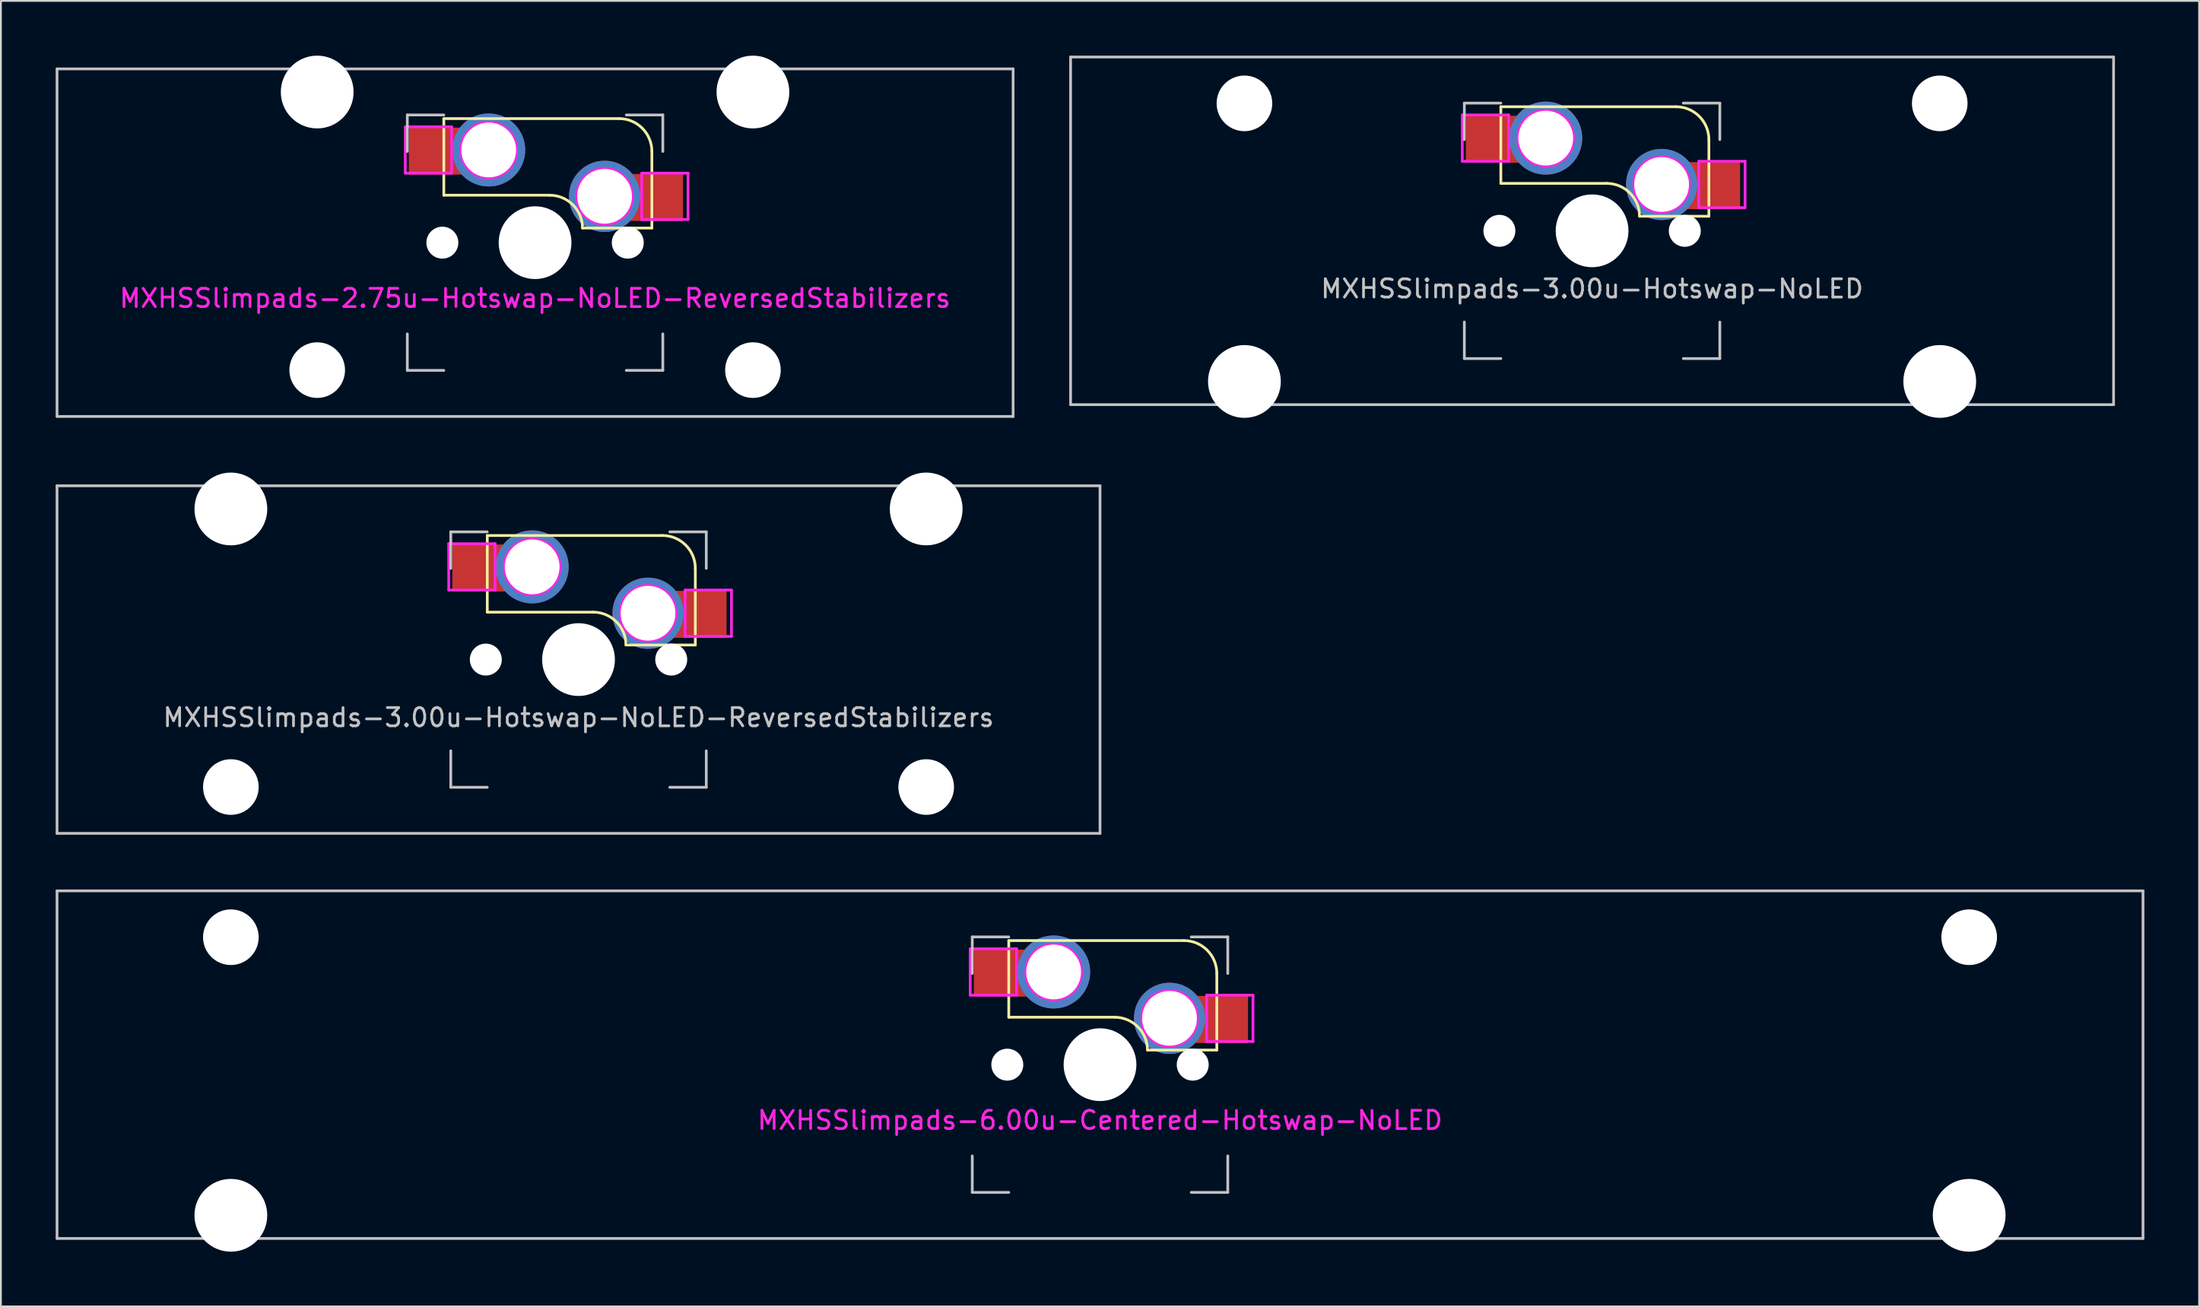
<source format=kicad_pcb>
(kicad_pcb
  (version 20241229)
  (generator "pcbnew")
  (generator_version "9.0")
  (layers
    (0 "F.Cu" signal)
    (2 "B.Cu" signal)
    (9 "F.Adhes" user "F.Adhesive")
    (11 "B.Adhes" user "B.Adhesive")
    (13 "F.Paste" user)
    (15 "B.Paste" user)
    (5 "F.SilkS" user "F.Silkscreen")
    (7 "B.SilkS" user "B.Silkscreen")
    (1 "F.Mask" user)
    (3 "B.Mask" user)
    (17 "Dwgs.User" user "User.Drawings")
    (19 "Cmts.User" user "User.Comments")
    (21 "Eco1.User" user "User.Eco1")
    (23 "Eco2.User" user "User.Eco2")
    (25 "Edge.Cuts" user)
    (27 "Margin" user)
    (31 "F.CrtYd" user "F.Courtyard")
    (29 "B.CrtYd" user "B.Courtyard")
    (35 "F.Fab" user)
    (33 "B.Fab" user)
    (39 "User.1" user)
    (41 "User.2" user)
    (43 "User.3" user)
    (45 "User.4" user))
  (footprint "MXHSSlimpads-2.75u-Hotswap-NoLED-ReversedStabilizers"
    (layer "F.Cu")
    (at 26.269 10.249)
    (property "Reference" "MXHSSlimpads-2.75u-Hotswap-NoLED-ReversedStabilizers" (at 0 3.048 180) (layer "F.CrtYd") (effects (font (size 1 1) (thickness 0.15))))
    (attr smd)
    (fp_line (start -5 -6.8) (end 4.6 -6.8) (stroke (width 0.15) (type solid)) (layer "F.SilkS"))
    (fp_line (start -5 -2.6) (end -5 -6.8) (stroke (width 0.15) (type solid)) (layer "F.SilkS"))
    (fp_line (start 0.8 -2.6) (end -5 -2.6) (stroke (width 0.15) (type solid)) (layer "F.SilkS"))
    (fp_line (start 6.4 -5) (end 6.4 -0.8) (stroke (width 0.15) (type solid)) (layer "F.SilkS"))
    (fp_line (start 6.4 -0.8) (end 2.6 -0.8) (stroke (width 0.15) (type solid)) (layer "F.SilkS"))
    (fp_arc (start 0.8 -2.6) (mid 2.072792 -2.072792) (end 2.6 -0.8) (stroke (width 0.15) (type solid)) (layer "F.SilkS"))
    (fp_arc (start 4.6 -6.8) (mid 5.872792 -6.272792) (end 6.4 -5) (stroke (width 0.15) (type solid)) (layer "F.SilkS"))
    (fp_rect (start -6.854 -6.291) (end -5.156 -3.742) (stroke (width 0.12) (type solid)) (fill yes) (layer "F.Paste"))
    (fp_rect (start 6.553 -3.726) (end 8.048 -1.176) (stroke (width 0.12) (type solid)) (fill yes) (layer "F.Paste"))
    (fp_line (start -26.194 -9.525) (end 26.194 -9.525) (stroke (width 0.15) (type solid)) (layer "Dwgs.User"))
    (fp_line (start -26.194 9.525) (end -26.194 -9.525) (stroke (width 0.15) (type solid)) (layer "Dwgs.User"))
    (fp_line (start -7 -7) (end -7 -5) (stroke (width 0.15) (type solid)) (layer "Dwgs.User"))
    (fp_line (start -7 7) (end -7 5) (stroke (width 0.15) (type solid)) (layer "Dwgs.User"))
    (fp_line (start -5 -7) (end -7 -7) (stroke (width 0.15) (type solid)) (layer "Dwgs.User"))
    (fp_line (start -5 7) (end -7 7) (stroke (width 0.15) (type solid)) (layer "Dwgs.User"))
    (fp_line (start 5 -7) (end 7 -7) (stroke (width 0.15) (type solid)) (layer "Dwgs.User"))
    (fp_line (start 7 -7) (end 7 -5) (stroke (width 0.15) (type solid)) (layer "Dwgs.User"))
    (fp_line (start 7 5) (end 7 7) (stroke (width 0.15) (type solid)) (layer "Dwgs.User"))
    (fp_line (start 7 7) (end 5 7) (stroke (width 0.15) (type solid)) (layer "Dwgs.User"))
    (fp_line (start 26.194 -9.525) (end 26.194 9.525) (stroke (width 0.15) (type solid)) (layer "Dwgs.User"))
    (fp_line (start 26.194 9.525) (end -26.194 9.525) (stroke (width 0.15) (type solid)) (layer "Dwgs.User"))
    (fp_line (start -7.112 -6.35) (end -7.112 -3.81) (stroke (width 0.15) (type solid)) (layer "F.CrtYd"))
    (fp_line (start -7.112 -3.81) (end -4.572 -3.81) (stroke (width 0.15) (type solid)) (layer "F.CrtYd"))
    (fp_line (start -4.572 -6.35) (end -7.112 -6.35) (stroke (width 0.15) (type solid)) (layer "F.CrtYd"))
    (fp_line (start -4.572 -3.81) (end -4.572 -6.35) (stroke (width 0.15) (type solid)) (layer "F.CrtYd"))
    (fp_line (start 5.842 -3.81) (end 5.842 -1.27) (stroke (width 0.15) (type solid)) (layer "F.CrtYd"))
    (fp_line (start 5.842 -1.27) (end 8.382 -1.27) (stroke (width 0.15) (type solid)) (layer "F.CrtYd"))
    (fp_line (start 8.382 -3.81) (end 5.842 -3.81) (stroke (width 0.15) (type solid)) (layer "F.CrtYd"))
    (fp_line (start 8.382 -1.27) (end 8.382 -3.81) (stroke (width 0.15) (type solid)) (layer "F.CrtYd"))
    (fp_circle (center -2.54 -5.08) (end -2.54 -6.604) (stroke (width 0.15) (type solid)) (fill no) (layer "F.CrtYd"))
    (fp_circle (center 3.81 -2.54) (end 3.81 -4.064) (stroke (width 0.15) (type solid)) (fill no) (layer "F.CrtYd"))
    (pad "" np_thru_hole circle (at -11.938 -8.255) (size 3.988 3.988) (drill 3.988) (layers "*.Cu" "*.Mask"))
    (pad "" np_thru_hole circle (at -11.938 6.985) (size 3.048 3.048) (drill 3.048) (layers "*.Cu" "*.Mask"))
    (pad "" np_thru_hole circle (at -5.08 0 131.9) (size 1.75 1.75) (drill 1.75) (layers "*.Cu" "*.Mask"))
    (pad "" np_thru_hole circle (at 0 0 180) (size 3.988 3.988) (drill 3.988) (layers "*.Cu" "*.Mask"))
    (pad "" np_thru_hole circle (at 5.08 0 131.9) (size 1.75 1.75) (drill 1.75) (layers "*.Cu" "*.Mask"))
    (pad "" np_thru_hole circle (at 11.938 -8.255) (size 3.988 3.988) (drill 3.988) (layers "*.Cu" "*.Mask"))
    (pad "" np_thru_hole circle (at 11.938 6.985) (size 3.048 3.048) (drill 3.048) (layers "*.Cu" "*.Mask"))
    (pad "1" thru_hole circle (at 3.81 -2.54 180) (size 3.9 3.9) (drill 3) (layers "*.Cu"))
    (pad "1" smd rect (at 3.81 -2.54 180) (size 4.5 2.575) (drill (offset -2.05 -0.062)) (layers "F.Cu" "F.Mask"))
    (pad "2" thru_hole circle (at -2.54 -5.08 180) (size 4 4) (drill 3) (layers "*.Cu"))
    (pad "2" smd rect (at -2.54 -5.08 180) (size 4.5 2.575) (drill (offset 2.125 -0.062)) (layers "F.Cu" "F.Mask")))
  (footprint "MXHSSlimpads-6.00u-Centered-Hotswap-NoLED"
    (layer "F.Cu")
    (at 57.225 55.298)
    (property "Reference" "MXHSSlimpads-6.00u-Centered-Hotswap-NoLED" (at 0 3.048 180) (layer "F.CrtYd") (effects (font (size 1 1) (thickness 0.15))))
    (attr smd)
    (fp_line (start -5 -6.8) (end 4.6 -6.8) (stroke (width 0.15) (type solid)) (layer "F.SilkS"))
    (fp_line (start -5 -2.6) (end -5 -6.8) (stroke (width 0.15) (type solid)) (layer "F.SilkS"))
    (fp_line (start 0.8 -2.6) (end -5 -2.6) (stroke (width 0.15) (type solid)) (layer "F.SilkS"))
    (fp_line (start 6.4 -5) (end 6.4 -0.8) (stroke (width 0.15) (type solid)) (layer "F.SilkS"))
    (fp_line (start 6.4 -0.8) (end 2.6 -0.8) (stroke (width 0.15) (type solid)) (layer "F.SilkS"))
    (fp_arc (start 0.8 -2.6) (mid 2.072792 -2.072792) (end 2.6 -0.8) (stroke (width 0.15) (type solid)) (layer "F.SilkS"))
    (fp_arc (start 4.6 -6.8) (mid 5.872792 -6.272792) (end 6.4 -5) (stroke (width 0.15) (type solid)) (layer "F.SilkS"))
    (fp_rect (start -6.854 -6.291) (end -5.156 -3.742) (stroke (width 0.12) (type solid)) (fill yes) (layer "F.Paste"))
    (fp_rect (start 6.553 -3.726) (end 8.048 -1.176) (stroke (width 0.12) (type solid)) (fill yes) (layer "F.Paste"))
    (fp_line (start -57.15 -9.525) (end 57.15 -9.525) (stroke (width 0.15) (type solid)) (layer "Dwgs.User"))
    (fp_line (start -57.15 9.525) (end -57.15 -9.525) (stroke (width 0.15) (type solid)) (layer "Dwgs.User"))
    (fp_line (start -7 -7) (end -7 -5) (stroke (width 0.15) (type solid)) (layer "Dwgs.User"))
    (fp_line (start -7 7) (end -7 5) (stroke (width 0.15) (type solid)) (layer "Dwgs.User"))
    (fp_line (start -5 -7) (end -7 -7) (stroke (width 0.15) (type solid)) (layer "Dwgs.User"))
    (fp_line (start -5 7) (end -7 7) (stroke (width 0.15) (type solid)) (layer "Dwgs.User"))
    (fp_line (start 5 -7) (end 7 -7) (stroke (width 0.15) (type solid)) (layer "Dwgs.User"))
    (fp_line (start 7 -7) (end 7 -5) (stroke (width 0.15) (type solid)) (layer "Dwgs.User"))
    (fp_line (start 7 5) (end 7 7) (stroke (width 0.15) (type solid)) (layer "Dwgs.User"))
    (fp_line (start 7 7) (end 5 7) (stroke (width 0.15) (type solid)) (layer "Dwgs.User"))
    (fp_line (start 57.15 -9.525) (end 57.15 9.525) (stroke (width 0.15) (type solid)) (layer "Dwgs.User"))
    (fp_line (start 57.15 9.525) (end -57.15 9.525) (stroke (width 0.15) (type solid)) (layer "Dwgs.User"))
    (fp_line (start -7.112 -6.35) (end -7.112 -3.81) (stroke (width 0.15) (type solid)) (layer "F.CrtYd"))
    (fp_line (start -7.112 -3.81) (end -4.572 -3.81) (stroke (width 0.15) (type solid)) (layer "F.CrtYd"))
    (fp_line (start -4.572 -6.35) (end -7.112 -6.35) (stroke (width 0.15) (type solid)) (layer "F.CrtYd"))
    (fp_line (start -4.572 -3.81) (end -4.572 -6.35) (stroke (width 0.15) (type solid)) (layer "F.CrtYd"))
    (fp_line (start 5.842 -3.81) (end 5.842 -1.27) (stroke (width 0.15) (type solid)) (layer "F.CrtYd"))
    (fp_line (start 5.842 -1.27) (end 8.382 -1.27) (stroke (width 0.15) (type solid)) (layer "F.CrtYd"))
    (fp_line (start 8.382 -3.81) (end 5.842 -3.81) (stroke (width 0.15) (type solid)) (layer "F.CrtYd"))
    (fp_line (start 8.382 -1.27) (end 8.382 -3.81) (stroke (width 0.15) (type solid)) (layer "F.CrtYd"))
    (fp_circle (center -2.54 -5.08) (end -2.54 -6.604) (stroke (width 0.15) (type solid)) (fill no) (layer "F.CrtYd"))
    (fp_circle (center 3.81 -2.54) (end 3.81 -4.064) (stroke (width 0.15) (type solid)) (fill no) (layer "F.CrtYd"))
    (pad "" np_thru_hole circle (at -47.625 -6.985) (size 3.048 3.048) (drill 3.048) (layers "*.Cu" "*.Mask"))
    (pad "" np_thru_hole circle (at -47.625 8.255) (size 3.988 3.988) (drill 3.988) (layers "*.Cu" "*.Mask"))
    (pad "" np_thru_hole circle (at -5.08 0 131.9) (size 1.75 1.75) (drill 1.75) (layers "*.Cu" "*.Mask"))
    (pad "" np_thru_hole circle (at 0 0 180) (size 3.988 3.988) (drill 3.988) (layers "*.Cu" "*.Mask"))
    (pad "" np_thru_hole circle (at 5.08 0 131.9) (size 1.75 1.75) (drill 1.75) (layers "*.Cu" "*.Mask"))
    (pad "" np_thru_hole circle (at 47.625 -6.985) (size 3.048 3.048) (drill 3.048) (layers "*.Cu" "*.Mask"))
    (pad "" np_thru_hole circle (at 47.625 8.255) (size 3.988 3.988) (drill 3.988) (layers "*.Cu" "*.Mask"))
    (pad "1" thru_hole circle (at 3.81 -2.54 180) (size 3.9 3.9) (drill 3) (layers "*.Cu"))
    (pad "1" smd rect (at 3.81 -2.54 180) (size 4.5 2.575) (drill (offset -2.05 -0.062)) (layers "F.Cu" "F.Mask"))
    (pad "2" thru_hole circle (at -2.54 -5.08 180) (size 4 4) (drill 3) (layers "*.Cu"))
    (pad "2" smd rect (at -2.54 -5.08 180) (size 4.5 2.575) (drill (offset 2.125 -0.062)) (layers "F.Cu" "F.Mask")))
  (footprint "MXHSSlimpads-3.00u-Hotswap-NoLED-ReversedStabilizers"
    (layer "F.Cu")
    (at 28.65 33.098)
    (property "Reference" "MXHSSlimpads-3.00u-Hotswap-NoLED-ReversedStabilizers" (at 0 3.175 180) (layer "Dwgs.User") (effects (font (size 1 1) (thickness 0.15))))
    (attr through_hole)
    (fp_line (start -5 -6.8) (end 4.6 -6.8) (stroke (width 0.15) (type solid)) (layer "F.SilkS"))
    (fp_line (start -5 -2.6) (end -5 -6.8) (stroke (width 0.15) (type solid)) (layer "F.SilkS"))
    (fp_line (start 0.8 -2.6) (end -5 -2.6) (stroke (width 0.15) (type solid)) (layer "F.SilkS"))
    (fp_line (start 6.4 -5) (end 6.4 -0.8) (stroke (width 0.15) (type solid)) (layer "F.SilkS"))
    (fp_line (start 6.4 -0.8) (end 2.6 -0.8) (stroke (width 0.15) (type solid)) (layer "F.SilkS"))
    (fp_arc (start 0.8 -2.6) (mid 2.072792 -2.072792) (end 2.6 -0.8) (stroke (width 0.15) (type solid)) (layer "F.SilkS"))
    (fp_arc (start 4.6 -6.8) (mid 5.872792 -6.272792) (end 6.4 -5) (stroke (width 0.15) (type solid)) (layer "F.SilkS"))
    (fp_rect (start -6.854 -6.291) (end -5.156 -3.742) (stroke (width 0.12) (type solid)) (fill yes) (layer "F.Paste"))
    (fp_rect (start 6.553 -3.726) (end 8.048 -1.176) (stroke (width 0.12) (type solid)) (fill yes) (layer "F.Paste"))
    (fp_line (start -28.575 -9.525) (end 28.575 -9.525) (stroke (width 0.15) (type solid)) (layer "Dwgs.User"))
    (fp_line (start -28.575 9.525) (end -28.575 -9.525) (stroke (width 0.15) (type solid)) (layer "Dwgs.User"))
    (fp_line (start -28.575 9.525) (end 28.575 9.525) (stroke (width 0.15) (type solid)) (layer "Dwgs.User"))
    (fp_line (start -7 -7) (end -7 -5) (stroke (width 0.15) (type solid)) (layer "Dwgs.User"))
    (fp_line (start -7 7) (end -7 5) (stroke (width 0.15) (type solid)) (layer "Dwgs.User"))
    (fp_line (start -5 -7) (end -7 -7) (stroke (width 0.15) (type solid)) (layer "Dwgs.User"))
    (fp_line (start -5 7) (end -7 7) (stroke (width 0.15) (type solid)) (layer "Dwgs.User"))
    (fp_line (start 5 -7) (end 7 -7) (stroke (width 0.15) (type solid)) (layer "Dwgs.User"))
    (fp_line (start 7 -7) (end 7 -5) (stroke (width 0.15) (type solid)) (layer "Dwgs.User"))
    (fp_line (start 7 5) (end 7 7) (stroke (width 0.15) (type solid)) (layer "Dwgs.User"))
    (fp_line (start 7 7) (end 5 7) (stroke (width 0.15) (type solid)) (layer "Dwgs.User"))
    (fp_line (start 28.575 -9.525) (end 28.575 9.525) (stroke (width 0.15) (type solid)) (layer "Dwgs.User"))
    (fp_line (start -7.112 -6.35) (end -7.112 -3.81) (stroke (width 0.15) (type solid)) (layer "F.CrtYd"))
    (fp_line (start -7.112 -3.81) (end -4.572 -3.81) (stroke (width 0.15) (type solid)) (layer "F.CrtYd"))
    (fp_line (start -4.572 -6.35) (end -7.112 -6.35) (stroke (width 0.15) (type solid)) (layer "F.CrtYd"))
    (fp_line (start -4.572 -3.81) (end -4.572 -6.35) (stroke (width 0.15) (type solid)) (layer "F.CrtYd"))
    (fp_line (start 5.842 -3.81) (end 5.842 -1.27) (stroke (width 0.15) (type solid)) (layer "F.CrtYd"))
    (fp_line (start 5.842 -1.27) (end 8.382 -1.27) (stroke (width 0.15) (type solid)) (layer "F.CrtYd"))
    (fp_line (start 8.382 -3.81) (end 5.842 -3.81) (stroke (width 0.15) (type solid)) (layer "F.CrtYd"))
    (fp_line (start 8.382 -1.27) (end 8.382 -3.81) (stroke (width 0.15) (type solid)) (layer "F.CrtYd"))
    (fp_circle (center -2.54 -5.08) (end -2.54 -6.604) (stroke (width 0.15) (type solid)) (fill no) (layer "F.CrtYd"))
    (fp_circle (center 3.81 -2.54) (end 3.81 -4.064) (stroke (width 0.15) (type solid)) (fill no) (layer "F.CrtYd"))
    (pad "" np_thru_hole circle (at -19.05 -8.255) (size 3.988 3.988) (drill 3.988) (layers "*.Cu" "*.Mask"))
    (pad "" np_thru_hole circle (at -19.05 6.985) (size 3.048 3.048) (drill 3.048) (layers "*.Cu" "*.Mask"))
    (pad "" np_thru_hole circle (at -5.08 0 131.9) (size 1.75 1.75) (drill 1.75) (layers "*.Cu" "*.Mask"))
    (pad "" np_thru_hole circle (at 0 0 180) (size 3.988 3.988) (drill 3.988) (layers "*.Cu" "*.Mask"))
    (pad "" np_thru_hole circle (at 5.08 0 131.9) (size 1.75 1.75) (drill 1.75) (layers "*.Cu" "*.Mask"))
    (pad "" np_thru_hole circle (at 19.05 -8.255) (size 3.988 3.988) (drill 3.988) (layers "*.Cu" "*.Mask"))
    (pad "" np_thru_hole circle (at 19.05 6.985) (size 3.048 3.048) (drill 3.048) (layers "*.Cu" "*.Mask"))
    (pad "1" thru_hole circle (at 3.81 -2.54 180) (size 3.9 3.9) (drill 3) (layers "*.Cu"))
    (pad "1" smd rect (at 3.81 -2.54 180) (size 4.5 2.575) (drill (offset -2.05 -0.062)) (layers "F.Cu" "F.Mask"))
    (pad "2" thru_hole circle (at -2.54 -5.08 180) (size 4 4) (drill 3) (layers "*.Cu"))
    (pad "2" smd rect (at -2.54 -5.08 180) (size 4.5 2.575) (drill (offset 2.125 -0.062)) (layers "F.Cu" "F.Mask")))
  (footprint "MXHSSlimpads-3.00u-Hotswap-NoLED"
    (layer "F.Cu")
    (at 84.188 9.6)
    (property "Reference" "MXHSSlimpads-3.00u-Hotswap-NoLED" (at 0 3.175 180) (layer "Dwgs.User") (effects (font (size 1 1) (thickness 0.15))))
    (attr through_hole)
    (fp_line (start -5 -6.8) (end 4.6 -6.8) (stroke (width 0.15) (type solid)) (layer "F.SilkS"))
    (fp_line (start -5 -2.6) (end -5 -6.8) (stroke (width 0.15) (type solid)) (layer "F.SilkS"))
    (fp_line (start 0.8 -2.6) (end -5 -2.6) (stroke (width 0.15) (type solid)) (layer "F.SilkS"))
    (fp_line (start 6.4 -5) (end 6.4 -0.8) (stroke (width 0.15) (type solid)) (layer "F.SilkS"))
    (fp_line (start 6.4 -0.8) (end 2.6 -0.8) (stroke (width 0.15) (type solid)) (layer "F.SilkS"))
    (fp_arc (start 0.8 -2.6) (mid 2.072792 -2.072792) (end 2.6 -0.8) (stroke (width 0.15) (type solid)) (layer "F.SilkS"))
    (fp_arc (start 4.6 -6.8) (mid 5.872792 -6.272792) (end 6.4 -5) (stroke (width 0.15) (type solid)) (layer "F.SilkS"))
    (fp_rect (start -6.854 -6.291) (end -5.156 -3.742) (stroke (width 0.12) (type solid)) (fill yes) (layer "F.Paste"))
    (fp_rect (start 6.553 -3.726) (end 8.048 -1.176) (stroke (width 0.12) (type solid)) (fill yes) (layer "F.Paste"))
    (fp_line (start -28.575 -9.525) (end 28.575 -9.525) (stroke (width 0.15) (type solid)) (layer "Dwgs.User"))
    (fp_line (start -28.575 9.525) (end -28.575 -9.525) (stroke (width 0.15) (type solid)) (layer "Dwgs.User"))
    (fp_line (start -28.575 9.525) (end 28.575 9.525) (stroke (width 0.15) (type solid)) (layer "Dwgs.User"))
    (fp_line (start -7 -7) (end -7 -5) (stroke (width 0.15) (type solid)) (layer "Dwgs.User"))
    (fp_line (start -7 7) (end -7 5) (stroke (width 0.15) (type solid)) (layer "Dwgs.User"))
    (fp_line (start -5 -7) (end -7 -7) (stroke (width 0.15) (type solid)) (layer "Dwgs.User"))
    (fp_line (start -5 7) (end -7 7) (stroke (width 0.15) (type solid)) (layer "Dwgs.User"))
    (fp_line (start 5 -7) (end 7 -7) (stroke (width 0.15) (type solid)) (layer "Dwgs.User"))
    (fp_line (start 7 -7) (end 7 -5) (stroke (width 0.15) (type solid)) (layer "Dwgs.User"))
    (fp_line (start 7 5) (end 7 7) (stroke (width 0.15) (type solid)) (layer "Dwgs.User"))
    (fp_line (start 7 7) (end 5 7) (stroke (width 0.15) (type solid)) (layer "Dwgs.User"))
    (fp_line (start 28.575 -9.525) (end 28.575 9.525) (stroke (width 0.15) (type solid)) (layer "Dwgs.User"))
    (fp_line (start -7.112 -6.35) (end -7.112 -3.81) (stroke (width 0.15) (type solid)) (layer "F.CrtYd"))
    (fp_line (start -7.112 -3.81) (end -4.572 -3.81) (stroke (width 0.15) (type solid)) (layer "F.CrtYd"))
    (fp_line (start -4.572 -6.35) (end -7.112 -6.35) (stroke (width 0.15) (type solid)) (layer "F.CrtYd"))
    (fp_line (start -4.572 -3.81) (end -4.572 -6.35) (stroke (width 0.15) (type solid)) (layer "F.CrtYd"))
    (fp_line (start 5.842 -3.81) (end 5.842 -1.27) (stroke (width 0.15) (type solid)) (layer "F.CrtYd"))
    (fp_line (start 5.842 -1.27) (end 8.382 -1.27) (stroke (width 0.15) (type solid)) (layer "F.CrtYd"))
    (fp_line (start 8.382 -3.81) (end 5.842 -3.81) (stroke (width 0.15) (type solid)) (layer "F.CrtYd"))
    (fp_line (start 8.382 -1.27) (end 8.382 -3.81) (stroke (width 0.15) (type solid)) (layer "F.CrtYd"))
    (fp_circle (center -2.54 -5.08) (end -2.54 -6.604) (stroke (width 0.15) (type solid)) (fill no) (layer "F.CrtYd"))
    (fp_circle (center 3.81 -2.54) (end 3.81 -4.064) (stroke (width 0.15) (type solid)) (fill no) (layer "F.CrtYd"))
    (pad "" np_thru_hole circle (at -19.05 -6.985) (size 3.048 3.048) (drill 3.048) (layers "*.Cu" "*.Mask"))
    (pad "" np_thru_hole circle (at -19.05 8.255) (size 3.988 3.988) (drill 3.988) (layers "*.Cu" "*.Mask"))
    (pad "" np_thru_hole circle (at -5.08 0 131.9) (size 1.75 1.75) (drill 1.75) (layers "*.Cu" "*.Mask"))
    (pad "" np_thru_hole circle (at 0 0 180) (size 3.988 3.988) (drill 3.988) (layers "*.Cu" "*.Mask"))
    (pad "" np_thru_hole circle (at 5.08 0 131.9) (size 1.75 1.75) (drill 1.75) (layers "*.Cu" "*.Mask"))
    (pad "" np_thru_hole circle (at 19.05 -6.985) (size 3.048 3.048) (drill 3.048) (layers "*.Cu" "*.Mask"))
    (pad "" np_thru_hole circle (at 19.05 8.255) (size 3.988 3.988) (drill 3.988) (layers "*.Cu" "*.Mask"))
    (pad "1" thru_hole circle (at 3.81 -2.54 180) (size 3.9 3.9) (drill 3) (layers "*.Cu"))
    (pad "1" smd rect (at 3.81 -2.54 180) (size 4.5 2.575) (drill (offset -2.05 -0.062)) (layers "F.Cu" "F.Mask"))
    (pad "2" thru_hole circle (at -2.54 -5.08 180) (size 4 4) (drill 3) (layers "*.Cu"))
    (pad "2" smd rect (at -2.54 -5.08 180) (size 4.5 2.575) (drill (offset 2.125 -0.062)) (layers "F.Cu" "F.Mask")))
  (gr_rect
    (start -3 -3)
    (end 117.45 68.547)
    (stroke (width 0.1) (type default))
    (fill no)
    (layer "Edge.Cuts")))
</source>
